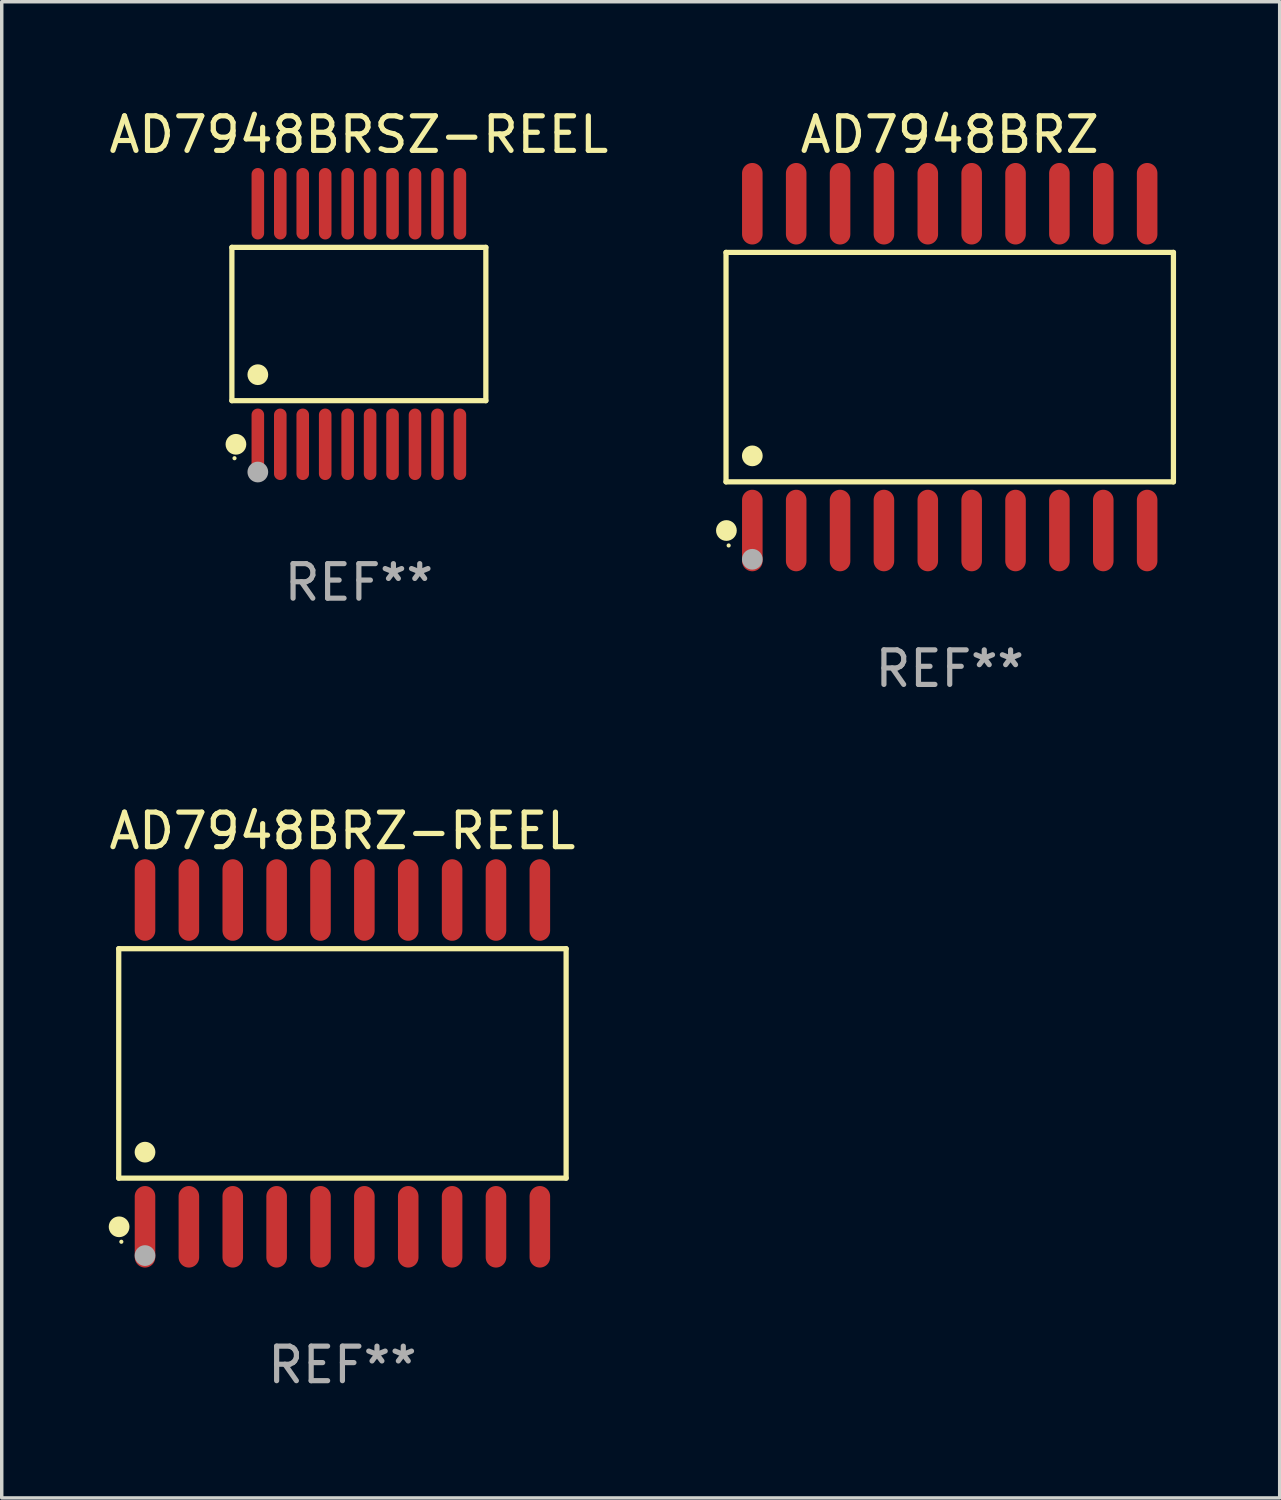
<source format=kicad_pcb>
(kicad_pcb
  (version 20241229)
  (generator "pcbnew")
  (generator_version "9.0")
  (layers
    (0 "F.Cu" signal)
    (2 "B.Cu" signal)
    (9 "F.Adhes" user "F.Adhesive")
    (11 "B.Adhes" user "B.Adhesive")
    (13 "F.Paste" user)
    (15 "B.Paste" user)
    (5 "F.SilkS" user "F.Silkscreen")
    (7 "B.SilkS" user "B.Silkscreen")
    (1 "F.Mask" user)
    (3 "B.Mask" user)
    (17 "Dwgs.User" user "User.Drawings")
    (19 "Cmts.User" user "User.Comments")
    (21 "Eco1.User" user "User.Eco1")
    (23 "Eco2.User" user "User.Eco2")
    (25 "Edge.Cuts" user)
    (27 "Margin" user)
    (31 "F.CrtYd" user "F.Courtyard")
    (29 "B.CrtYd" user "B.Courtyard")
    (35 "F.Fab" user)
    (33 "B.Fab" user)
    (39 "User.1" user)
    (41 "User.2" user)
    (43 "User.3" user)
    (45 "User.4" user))
  (footprint "AD7948BRZ-REEL"
    (layer "F.Cu")
    (at 6.863 27.735)
    (property "Reference" "AD7948BRZ-REEL" (at 0 -6.73 0) (layer "F.SilkS") (effects (font (size 1 1) (thickness 0.15))))
    (attr through_hole)
    (fp_line (start -6.476 -3.321) (end 6.476 -3.321) (stroke (width 0.152) (type solid)) (layer "F.SilkS"))
    (fp_line (start -6.476 3.321) (end -6.476 -3.321) (stroke (width 0.152) (type solid)) (layer "F.SilkS"))
    (fp_line (start 6.476 -3.321) (end 6.476 3.321) (stroke (width 0.152) (type solid)) (layer "F.SilkS"))
    (fp_line (start 6.476 3.321) (end -6.476 3.321) (stroke (width 0.152) (type solid)) (layer "F.SilkS"))
    (fp_circle (center -6.465 4.73) (end -6.315 4.73) (stroke (width 0.3) (type solid)) (fill no) (layer "F.SilkS"))
    (fp_circle (center -6.4 5.163) (end -6.37 5.163) (stroke (width 0.06) (type solid)) (fill no) (layer "F.SilkS"))
    (fp_circle (center -5.715 2.569) (end -5.565 2.569) (stroke (width 0.3) (type solid)) (fill no) (layer "F.SilkS"))
    (fp_circle (center -5.715 5.563) (end -5.565 5.563) (stroke (width 0.3) (type solid)) (fill no) (layer "F.Fab"))
    (fp_text user "REF**" (at 0 8.73 0) (layer "F.Fab") (effects (font (size 1 1) (thickness 0.15))))
    (pad "1" smd oval (at -5.715 4.73) (size 0.595 2.36) (layers "F.Cu" "F.Mask" "F.Paste"))
    (pad "2" smd oval (at -4.445 4.73) (size 0.595 2.36) (layers "F.Cu" "F.Mask" "F.Paste"))
    (pad "3" smd oval (at -3.175 4.73) (size 0.595 2.36) (layers "F.Cu" "F.Mask" "F.Paste"))
    (pad "4" smd oval (at -1.905 4.73) (size 0.595 2.36) (layers "F.Cu" "F.Mask" "F.Paste"))
    (pad "5" smd oval (at -0.635 4.73) (size 0.595 2.36) (layers "F.Cu" "F.Mask" "F.Paste"))
    (pad "6" smd oval (at 0.635 4.73) (size 0.595 2.36) (layers "F.Cu" "F.Mask" "F.Paste"))
    (pad "7" smd oval (at 1.905 4.73) (size 0.595 2.36) (layers "F.Cu" "F.Mask" "F.Paste"))
    (pad "8" smd oval (at 3.175 4.73) (size 0.595 2.36) (layers "F.Cu" "F.Mask" "F.Paste"))
    (pad "9" smd oval (at 4.445 4.73) (size 0.595 2.36) (layers "F.Cu" "F.Mask" "F.Paste"))
    (pad "10" smd oval (at 5.715 4.73) (size 0.595 2.36) (layers "F.Cu" "F.Mask" "F.Paste"))
    (pad "11" smd oval (at 5.715 -4.73) (size 0.595 2.36) (layers "F.Cu" "F.Mask" "F.Paste"))
    (pad "12" smd oval (at 4.445 -4.73) (size 0.595 2.36) (layers "F.Cu" "F.Mask" "F.Paste"))
    (pad "13" smd oval (at 3.175 -4.73) (size 0.595 2.36) (layers "F.Cu" "F.Mask" "F.Paste"))
    (pad "14" smd oval (at 1.905 -4.73) (size 0.595 2.36) (layers "F.Cu" "F.Mask" "F.Paste"))
    (pad "15" smd oval (at 0.635 -4.73) (size 0.595 2.36) (layers "F.Cu" "F.Mask" "F.Paste"))
    (pad "16" smd oval (at -0.635 -4.73) (size 0.595 2.36) (layers "F.Cu" "F.Mask" "F.Paste"))
    (pad "17" smd oval (at -1.905 -4.73) (size 0.595 2.36) (layers "F.Cu" "F.Mask" "F.Paste"))
    (pad "18" smd oval (at -3.175 -4.73) (size 0.595 2.36) (layers "F.Cu" "F.Mask" "F.Paste"))
    (pad "19" smd oval (at -4.445 -4.73) (size 0.595 2.36) (layers "F.Cu" "F.Mask" "F.Paste"))
    (pad "20" smd oval (at -5.715 -4.73) (size 0.595 2.36) (layers "F.Cu" "F.Mask" "F.Paste")))
  (footprint "AD7948BRZ"
    (layer "F.Cu")
    (at 24.444 7.578)
    (property "Reference" "AD7948BRZ" (at 0 -6.73 0) (layer "F.SilkS") (effects (font (size 1 1) (thickness 0.15))))
    (attr through_hole)
    (fp_line (start -6.476 -3.321) (end 6.476 -3.321) (stroke (width 0.152) (type solid)) (layer "F.SilkS"))
    (fp_line (start -6.476 3.321) (end -6.476 -3.321) (stroke (width 0.152) (type solid)) (layer "F.SilkS"))
    (fp_line (start 6.476 -3.321) (end 6.476 3.321) (stroke (width 0.152) (type solid)) (layer "F.SilkS"))
    (fp_line (start 6.476 3.321) (end -6.476 3.321) (stroke (width 0.152) (type solid)) (layer "F.SilkS"))
    (fp_circle (center -6.465 4.73) (end -6.315 4.73) (stroke (width 0.3) (type solid)) (fill no) (layer "F.SilkS"))
    (fp_circle (center -6.4 5.163) (end -6.37 5.163) (stroke (width 0.06) (type solid)) (fill no) (layer "F.SilkS"))
    (fp_circle (center -5.715 2.569) (end -5.565 2.569) (stroke (width 0.3) (type solid)) (fill no) (layer "F.SilkS"))
    (fp_circle (center -5.715 5.563) (end -5.565 5.563) (stroke (width 0.3) (type solid)) (fill no) (layer "F.Fab"))
    (fp_text user "REF**" (at 0 8.73 0) (layer "F.Fab") (effects (font (size 1 1) (thickness 0.15))))
    (pad "1" smd oval (at -5.715 4.73) (size 0.595 2.36) (layers "F.Cu" "F.Mask" "F.Paste"))
    (pad "2" smd oval (at -4.445 4.73) (size 0.595 2.36) (layers "F.Cu" "F.Mask" "F.Paste"))
    (pad "3" smd oval (at -3.175 4.73) (size 0.595 2.36) (layers "F.Cu" "F.Mask" "F.Paste"))
    (pad "4" smd oval (at -1.905 4.73) (size 0.595 2.36) (layers "F.Cu" "F.Mask" "F.Paste"))
    (pad "5" smd oval (at -0.635 4.73) (size 0.595 2.36) (layers "F.Cu" "F.Mask" "F.Paste"))
    (pad "6" smd oval (at 0.635 4.73) (size 0.595 2.36) (layers "F.Cu" "F.Mask" "F.Paste"))
    (pad "7" smd oval (at 1.905 4.73) (size 0.595 2.36) (layers "F.Cu" "F.Mask" "F.Paste"))
    (pad "8" smd oval (at 3.175 4.73) (size 0.595 2.36) (layers "F.Cu" "F.Mask" "F.Paste"))
    (pad "9" smd oval (at 4.445 4.73) (size 0.595 2.36) (layers "F.Cu" "F.Mask" "F.Paste"))
    (pad "10" smd oval (at 5.715 4.73) (size 0.595 2.36) (layers "F.Cu" "F.Mask" "F.Paste"))
    (pad "11" smd oval (at 5.715 -4.73) (size 0.595 2.36) (layers "F.Cu" "F.Mask" "F.Paste"))
    (pad "12" smd oval (at 4.445 -4.73) (size 0.595 2.36) (layers "F.Cu" "F.Mask" "F.Paste"))
    (pad "13" smd oval (at 3.175 -4.73) (size 0.595 2.36) (layers "F.Cu" "F.Mask" "F.Paste"))
    (pad "14" smd oval (at 1.905 -4.73) (size 0.595 2.36) (layers "F.Cu" "F.Mask" "F.Paste"))
    (pad "15" smd oval (at 0.635 -4.73) (size 0.595 2.36) (layers "F.Cu" "F.Mask" "F.Paste"))
    (pad "16" smd oval (at -0.635 -4.73) (size 0.595 2.36) (layers "F.Cu" "F.Mask" "F.Paste"))
    (pad "17" smd oval (at -1.905 -4.73) (size 0.595 2.36) (layers "F.Cu" "F.Mask" "F.Paste"))
    (pad "18" smd oval (at -3.175 -4.73) (size 0.595 2.36) (layers "F.Cu" "F.Mask" "F.Paste"))
    (pad "19" smd oval (at -4.445 -4.73) (size 0.595 2.36) (layers "F.Cu" "F.Mask" "F.Paste"))
    (pad "20" smd oval (at -5.715 -4.73) (size 0.595 2.36) (layers "F.Cu" "F.Mask" "F.Paste")))
  (footprint "AD7948BRSZ-REEL"
    (layer "F.Cu")
    (at 7.339 6.33)
    (property "Reference" "AD7948BRSZ-REEL" (at 0 -5.482 0) (layer "F.SilkS") (effects (font (size 1 1) (thickness 0.15))))
    (attr through_hole)
    (fp_line (start -3.676 -2.219) (end 3.676 -2.219) (stroke (width 0.152) (type solid)) (layer "F.SilkS"))
    (fp_line (start -3.676 2.219) (end -3.676 -2.219) (stroke (width 0.152) (type solid)) (layer "F.SilkS"))
    (fp_line (start 3.676 -2.219) (end 3.676 2.219) (stroke (width 0.152) (type solid)) (layer "F.SilkS"))
    (fp_line (start 3.676 2.219) (end -3.676 2.219) (stroke (width 0.152) (type solid)) (layer "F.SilkS"))
    (fp_circle (center -3.6 3.885) (end -3.57 3.885) (stroke (width 0.06) (type solid)) (fill no) (layer "F.SilkS"))
    (fp_circle (center -3.559 3.482) (end -3.409 3.482) (stroke (width 0.3) (type solid)) (fill no) (layer "F.SilkS"))
    (fp_circle (center -2.925 1.467) (end -2.775 1.467) (stroke (width 0.3) (type solid)) (fill no) (layer "F.SilkS"))
    (fp_circle (center -2.925 4.285) (end -2.775 4.285) (stroke (width 0.3) (type solid)) (fill no) (layer "F.Fab"))
    (fp_text user "REF**" (at 0 7.482 0) (layer "F.Fab") (effects (font (size 1 1) (thickness 0.15))))
    (pad "1" smd oval (at -2.925 3.482) (size 0.364 2.069) (layers "F.Cu" "F.Mask" "F.Paste"))
    (pad "2" smd oval (at -2.275 3.482) (size 0.364 2.069) (layers "F.Cu" "F.Mask" "F.Paste"))
    (pad "3" smd oval (at -1.625 3.482) (size 0.364 2.069) (layers "F.Cu" "F.Mask" "F.Paste"))
    (pad "4" smd oval (at -0.975 3.482) (size 0.364 2.069) (layers "F.Cu" "F.Mask" "F.Paste"))
    (pad "5" smd oval (at -0.325 3.482) (size 0.364 2.069) (layers "F.Cu" "F.Mask" "F.Paste"))
    (pad "6" smd oval (at 0.325 3.482) (size 0.364 2.069) (layers "F.Cu" "F.Mask" "F.Paste"))
    (pad "7" smd oval (at 0.975 3.482) (size 0.364 2.069) (layers "F.Cu" "F.Mask" "F.Paste"))
    (pad "8" smd oval (at 1.625 3.482) (size 0.364 2.069) (layers "F.Cu" "F.Mask" "F.Paste"))
    (pad "9" smd oval (at 2.275 3.482) (size 0.364 2.069) (layers "F.Cu" "F.Mask" "F.Paste"))
    (pad "10" smd oval (at 2.925 3.482) (size 0.364 2.069) (layers "F.Cu" "F.Mask" "F.Paste"))
    (pad "11" smd oval (at 2.925 -3.482) (size 0.364 2.069) (layers "F.Cu" "F.Mask" "F.Paste"))
    (pad "12" smd oval (at 2.275 -3.482) (size 0.364 2.069) (layers "F.Cu" "F.Mask" "F.Paste"))
    (pad "13" smd oval (at 1.625 -3.482) (size 0.364 2.069) (layers "F.Cu" "F.Mask" "F.Paste"))
    (pad "14" smd oval (at 0.975 -3.482) (size 0.364 2.069) (layers "F.Cu" "F.Mask" "F.Paste"))
    (pad "15" smd oval (at 0.325 -3.482) (size 0.364 2.069) (layers "F.Cu" "F.Mask" "F.Paste"))
    (pad "16" smd oval (at -0.325 -3.482) (size 0.364 2.069) (layers "F.Cu" "F.Mask" "F.Paste"))
    (pad "17" smd oval (at -0.975 -3.482) (size 0.364 2.069) (layers "F.Cu" "F.Mask" "F.Paste"))
    (pad "18" smd oval (at -1.625 -3.482) (size 0.364 2.069) (layers "F.Cu" "F.Mask" "F.Paste"))
    (pad "19" smd oval (at -2.275 -3.482) (size 0.364 2.069) (layers "F.Cu" "F.Mask" "F.Paste"))
    (pad "20" smd oval (at -2.925 -3.482) (size 0.364 2.069) (layers "F.Cu" "F.Mask" "F.Paste")))
  (gr_rect
    (start -3 -3)
    (end 33.996 40.313)
    (stroke (width 0.1) (type default))
    (fill no)
    (layer "Edge.Cuts")))
</source>
